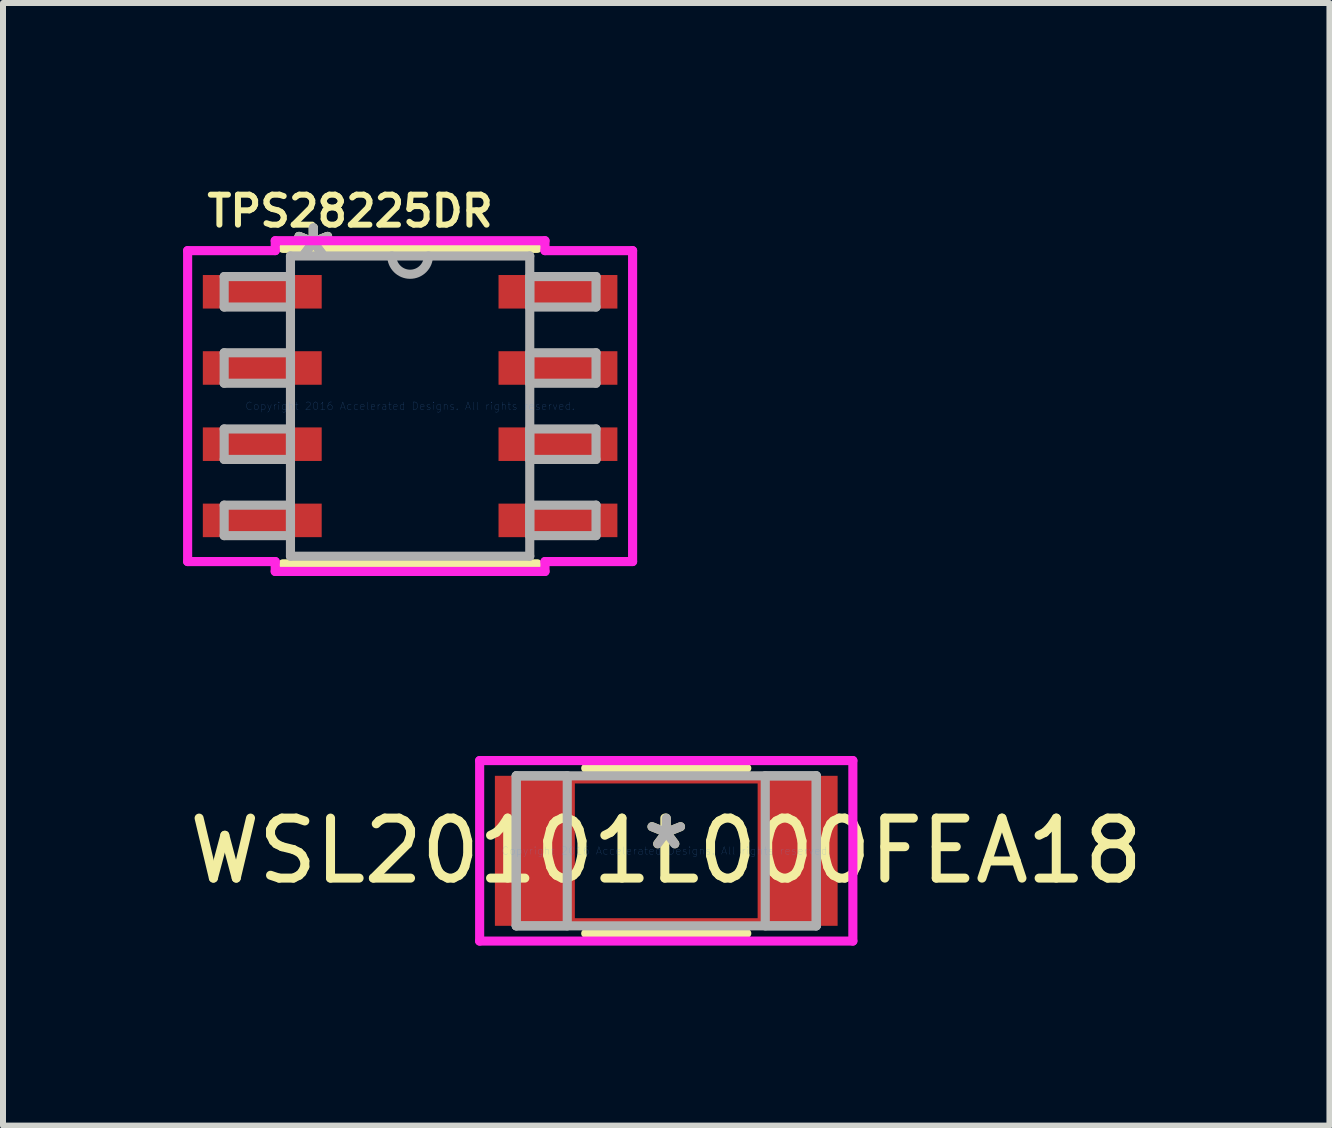
<source format=kicad_pcb>
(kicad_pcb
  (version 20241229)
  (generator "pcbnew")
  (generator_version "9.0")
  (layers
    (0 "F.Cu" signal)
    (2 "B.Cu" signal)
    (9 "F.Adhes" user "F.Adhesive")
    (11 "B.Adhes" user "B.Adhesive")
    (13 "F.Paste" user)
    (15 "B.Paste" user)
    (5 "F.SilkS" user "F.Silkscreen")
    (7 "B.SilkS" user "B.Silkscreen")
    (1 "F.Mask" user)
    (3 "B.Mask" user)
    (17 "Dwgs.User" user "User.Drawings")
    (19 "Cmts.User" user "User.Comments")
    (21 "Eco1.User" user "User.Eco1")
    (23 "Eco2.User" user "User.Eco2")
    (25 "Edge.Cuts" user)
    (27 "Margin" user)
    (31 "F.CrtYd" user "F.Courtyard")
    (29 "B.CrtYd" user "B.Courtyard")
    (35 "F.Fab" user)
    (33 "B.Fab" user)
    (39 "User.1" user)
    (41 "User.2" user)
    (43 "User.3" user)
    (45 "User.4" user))
  (footprint "TPS28225DR"
    (layer "F.Cu")
    (at 3.785 3.718)
    (property "Reference" "TPS28225DR" (at -1 -3.25 0) (layer "F.SilkS") (effects (font (size 0.5 0.5) (thickness 0.1))))
    (attr through_hole)
    (fp_line (start -2.121 2.629) (end 2.121 2.629) (stroke (width 0.152) (type solid)) (layer "F.SilkS"))
    (fp_line (start 2.121 -2.629) (end -2.121 -2.629) (stroke (width 0.152) (type solid)) (layer "F.SilkS"))
    (fp_line (start -3.708 -2.591) (end -2.248 -2.591) (stroke (width 0.152) (type solid)) (layer "F.CrtYd"))
    (fp_line (start -3.708 2.591) (end -3.708 -2.591) (stroke (width 0.152) (type solid)) (layer "F.CrtYd"))
    (fp_line (start -2.248 -2.756) (end 2.248 -2.756) (stroke (width 0.152) (type solid)) (layer "F.CrtYd"))
    (fp_line (start -2.248 -2.591) (end -2.248 -2.756) (stroke (width 0.152) (type solid)) (layer "F.CrtYd"))
    (fp_line (start -2.248 2.591) (end -3.708 2.591) (stroke (width 0.152) (type solid)) (layer "F.CrtYd"))
    (fp_line (start -2.248 2.756) (end -2.248 2.591) (stroke (width 0.152) (type solid)) (layer "F.CrtYd"))
    (fp_line (start 2.248 -2.756) (end 2.248 -2.591) (stroke (width 0.152) (type solid)) (layer "F.CrtYd"))
    (fp_line (start 2.248 -2.591) (end 3.708 -2.591) (stroke (width 0.152) (type solid)) (layer "F.CrtYd"))
    (fp_line (start 2.248 2.591) (end 2.248 2.756) (stroke (width 0.152) (type solid)) (layer "F.CrtYd"))
    (fp_line (start 2.248 2.756) (end -2.248 2.756) (stroke (width 0.152) (type solid)) (layer "F.CrtYd"))
    (fp_line (start 3.708 -2.591) (end 3.708 2.591) (stroke (width 0.152) (type solid)) (layer "F.CrtYd"))
    (fp_line (start 3.708 2.591) (end 2.248 2.591) (stroke (width 0.152) (type solid)) (layer "F.CrtYd"))
    (fp_line (start -3.099 -2.159) (end -3.099 -1.651) (stroke (width 0.152) (type solid)) (layer "F.Fab"))
    (fp_line (start -3.099 -1.651) (end -1.994 -1.651) (stroke (width 0.152) (type solid)) (layer "F.Fab"))
    (fp_line (start -3.099 -0.889) (end -3.099 -0.381) (stroke (width 0.152) (type solid)) (layer "F.Fab"))
    (fp_line (start -3.099 -0.381) (end -1.994 -0.381) (stroke (width 0.152) (type solid)) (layer "F.Fab"))
    (fp_line (start -3.099 0.381) (end -3.099 0.889) (stroke (width 0.152) (type solid)) (layer "F.Fab"))
    (fp_line (start -3.099 0.889) (end -1.994 0.889) (stroke (width 0.152) (type solid)) (layer "F.Fab"))
    (fp_line (start -3.099 1.651) (end -3.099 2.159) (stroke (width 0.152) (type solid)) (layer "F.Fab"))
    (fp_line (start -3.099 2.159) (end -1.994 2.159) (stroke (width 0.152) (type solid)) (layer "F.Fab"))
    (fp_line (start -1.994 -2.502) (end -1.994 2.502) (stroke (width 0.152) (type solid)) (layer "F.Fab"))
    (fp_line (start -1.994 -2.159) (end -3.099 -2.159) (stroke (width 0.152) (type solid)) (layer "F.Fab"))
    (fp_line (start -1.994 -1.651) (end -1.994 -2.159) (stroke (width 0.152) (type solid)) (layer "F.Fab"))
    (fp_line (start -1.994 -0.889) (end -3.099 -0.889) (stroke (width 0.152) (type solid)) (layer "F.Fab"))
    (fp_line (start -1.994 -0.381) (end -1.994 -0.889) (stroke (width 0.152) (type solid)) (layer "F.Fab"))
    (fp_line (start -1.994 0.381) (end -3.099 0.381) (stroke (width 0.152) (type solid)) (layer "F.Fab"))
    (fp_line (start -1.994 0.889) (end -1.994 0.381) (stroke (width 0.152) (type solid)) (layer "F.Fab"))
    (fp_line (start -1.994 1.651) (end -3.099 1.651) (stroke (width 0.152) (type solid)) (layer "F.Fab"))
    (fp_line (start -1.994 2.159) (end -1.994 1.651) (stroke (width 0.152) (type solid)) (layer "F.Fab"))
    (fp_line (start -1.994 2.502) (end 1.994 2.502) (stroke (width 0.152) (type solid)) (layer "F.Fab"))
    (fp_line (start 1.994 -2.502) (end -1.994 -2.502) (stroke (width 0.152) (type solid)) (layer "F.Fab"))
    (fp_line (start 1.994 -2.159) (end 1.994 -1.651) (stroke (width 0.152) (type solid)) (layer "F.Fab"))
    (fp_line (start 1.994 -1.651) (end 3.099 -1.651) (stroke (width 0.152) (type solid)) (layer "F.Fab"))
    (fp_line (start 1.994 -0.889) (end 1.994 -0.381) (stroke (width 0.152) (type solid)) (layer "F.Fab"))
    (fp_line (start 1.994 -0.381) (end 3.099 -0.381) (stroke (width 0.152) (type solid)) (layer "F.Fab"))
    (fp_line (start 1.994 0.381) (end 1.994 0.889) (stroke (width 0.152) (type solid)) (layer "F.Fab"))
    (fp_line (start 1.994 0.889) (end 3.099 0.889) (stroke (width 0.152) (type solid)) (layer "F.Fab"))
    (fp_line (start 1.994 1.651) (end 1.994 2.159) (stroke (width 0.152) (type solid)) (layer "F.Fab"))
    (fp_line (start 1.994 2.159) (end 3.099 2.159) (stroke (width 0.152) (type solid)) (layer "F.Fab"))
    (fp_line (start 1.994 2.502) (end 1.994 -2.502) (stroke (width 0.152) (type solid)) (layer "F.Fab"))
    (fp_line (start 3.099 -2.159) (end 1.994 -2.159) (stroke (width 0.152) (type solid)) (layer "F.Fab"))
    (fp_line (start 3.099 -1.651) (end 3.099 -2.159) (stroke (width 0.152) (type solid)) (layer "F.Fab"))
    (fp_line (start 3.099 -0.889) (end 1.994 -0.889) (stroke (width 0.152) (type solid)) (layer "F.Fab"))
    (fp_line (start 3.099 -0.381) (end 3.099 -0.889) (stroke (width 0.152) (type solid)) (layer "F.Fab"))
    (fp_line (start 3.099 0.381) (end 1.994 0.381) (stroke (width 0.152) (type solid)) (layer "F.Fab"))
    (fp_line (start 3.099 0.889) (end 3.099 0.381) (stroke (width 0.152) (type solid)) (layer "F.Fab"))
    (fp_line (start 3.099 1.651) (end 1.994 1.651) (stroke (width 0.152) (type solid)) (layer "F.Fab"))
    (fp_line (start 3.099 2.159) (end 3.099 1.651) (stroke (width 0.152) (type solid)) (layer "F.Fab"))
    (fp_arc (start 0.3048 -2.5019) (mid 0 -2.1971) (end -0.3048 -2.5019) (stroke (width 0.1524) (type solid)) (layer "F.Fab"))
    (fp_text user "*" (at -1.613 -2.426 0) (layer "F.SilkS") (effects (font (size 1 1) (thickness 0.15))))
    (fp_text user "*" (at -1.613 -2.426 0) (layer "F.SilkS") (effects (font (size 1 1) (thickness 0.15))))
    (fp_text user "Copyright 2016 Accelerated Designs. All rights reserved." (at 0 0 0) (layer "Cmts.User") (effects (font (size 0.127 0.127) (thickness 0.002))))
    (fp_text user "*" (at -1.613 -2.426 0) (layer "F.Fab") (effects (font (size 1 1) (thickness 0.15))))
    (fp_text user "*" (at -1.613 -2.426 0) (layer "F.Fab") (effects (font (size 1 1) (thickness 0.15))))
    (pad "1" smd rect (at -2.464 -1.905) (size 1.981 0.559) (layers "F.Cu" "F.Mask" "F.Paste"))
    (pad "2" smd rect (at -2.464 -0.635) (size 1.981 0.559) (layers "F.Cu" "F.Mask" "F.Paste"))
    (pad "3" smd rect (at -2.464 0.635) (size 1.981 0.559) (layers "F.Cu" "F.Mask" "F.Paste"))
    (pad "4" smd rect (at -2.464 1.905) (size 1.981 0.559) (layers "F.Cu" "F.Mask" "F.Paste"))
    (pad "5" smd rect (at 2.464 1.905) (size 1.981 0.559) (layers "F.Cu" "F.Mask" "F.Paste"))
    (pad "6" smd rect (at 2.464 0.635) (size 1.981 0.559) (layers "F.Cu" "F.Mask" "F.Paste"))
    (pad "7" smd rect (at 2.464 -0.635) (size 1.981 0.559) (layers "F.Cu" "F.Mask" "F.Paste"))
    (pad "8" smd rect (at 2.464 -1.905) (size 1.981 0.559) (layers "F.Cu" "F.Mask" "F.Paste")))
  (footprint "WSL20101L000FEA18"
    (layer "F.Cu")
    (at 8.054 11.13)
    (property "Reference" "WSL20101L000FEA18" (at 0 0 0) (layer "F.SilkS") (effects (font (size 1 1) (thickness 0.15))))
    (attr through_hole)
    (fp_line (start -1.599 -1.199) (end 1.599 -1.199) (stroke (width 0.152) (type solid)) (layer "F.Cu"))
    (fp_line (start -1.599 1.199) (end -1.599 -1.199) (stroke (width 0.152) (type solid)) (layer "F.Cu"))
    (fp_line (start 1.599 -1.199) (end 1.599 1.199) (stroke (width 0.152) (type solid)) (layer "F.Cu"))
    (fp_line (start 1.599 1.199) (end -1.599 1.199) (stroke (width 0.152) (type solid)) (layer "F.Cu"))
    (fp_line (start -1.342 1.377) (end 1.342 1.377) (stroke (width 0.152) (type solid)) (layer "F.SilkS"))
    (fp_line (start 1.342 -1.377) (end -1.342 -1.377) (stroke (width 0.152) (type solid)) (layer "F.SilkS"))
    (fp_line (start -3.11 -1.504) (end 3.11 -1.504) (stroke (width 0.152) (type solid)) (layer "F.CrtYd"))
    (fp_line (start -3.11 1.504) (end -3.11 -1.504) (stroke (width 0.152) (type solid)) (layer "F.CrtYd"))
    (fp_line (start 3.11 -1.504) (end 3.11 1.504) (stroke (width 0.152) (type solid)) (layer "F.CrtYd"))
    (fp_line (start 3.11 1.504) (end -3.11 1.504) (stroke (width 0.152) (type solid)) (layer "F.CrtYd"))
    (fp_line (start -2.5 -1.25) (end -2.5 1.25) (stroke (width 0.152) (type solid)) (layer "F.Fab"))
    (fp_line (start -2.5 -1.25) (end -2.5 1.25) (stroke (width 0.152) (type solid)) (layer "F.Fab"))
    (fp_line (start -2.5 1.25) (end -1.65 1.25) (stroke (width 0.152) (type solid)) (layer "F.Fab"))
    (fp_line (start -2.5 1.25) (end 2.5 1.25) (stroke (width 0.152) (type solid)) (layer "F.Fab"))
    (fp_line (start -1.65 -1.25) (end -2.5 -1.25) (stroke (width 0.152) (type solid)) (layer "F.Fab"))
    (fp_line (start -1.65 1.25) (end -1.65 -1.25) (stroke (width 0.152) (type solid)) (layer "F.Fab"))
    (fp_line (start 1.65 -1.25) (end 1.65 1.25) (stroke (width 0.152) (type solid)) (layer "F.Fab"))
    (fp_line (start 1.65 1.25) (end 2.5 1.25) (stroke (width 0.152) (type solid)) (layer "F.Fab"))
    (fp_line (start 2.5 -1.25) (end -2.5 -1.25) (stroke (width 0.152) (type solid)) (layer "F.Fab"))
    (fp_line (start 2.5 -1.25) (end 1.65 -1.25) (stroke (width 0.152) (type solid)) (layer "F.Fab"))
    (fp_line (start 2.5 1.25) (end 2.5 -1.25) (stroke (width 0.152) (type solid)) (layer "F.Fab"))
    (fp_line (start 2.5 1.25) (end 2.5 -1.25) (stroke (width 0.152) (type solid)) (layer "F.Fab"))
    (fp_text user "*" (at 0 0 0) (layer "F.SilkS") (effects (font (size 1 1) (thickness 0.15))))
    (fp_text user "Copyright 2016 Accelerated Designs. All rights reserved." (at 0 0 0) (layer "Cmts.User") (effects (font (size 0.127 0.127) (thickness 0.002))))
    (fp_text user "*" (at 0 0 0) (layer "F.Fab") (effects (font (size 1 1) (thickness 0.15))))
    (pad "1" smd rect (at -2.253 0) (size 1.206 2.5) (layers "F.Cu" "F.Mask" "F.Paste"))
    (pad "2" smd rect (at 2.253 0) (size 1.206 2.5) (layers "F.Cu" "F.Mask" "F.Paste")))
  (gr_rect
    (start -3 -3)
    (end 19.107 15.71)
    (stroke (width 0.1) (type default))
    (fill no)
    (layer "Edge.Cuts")))
</source>
